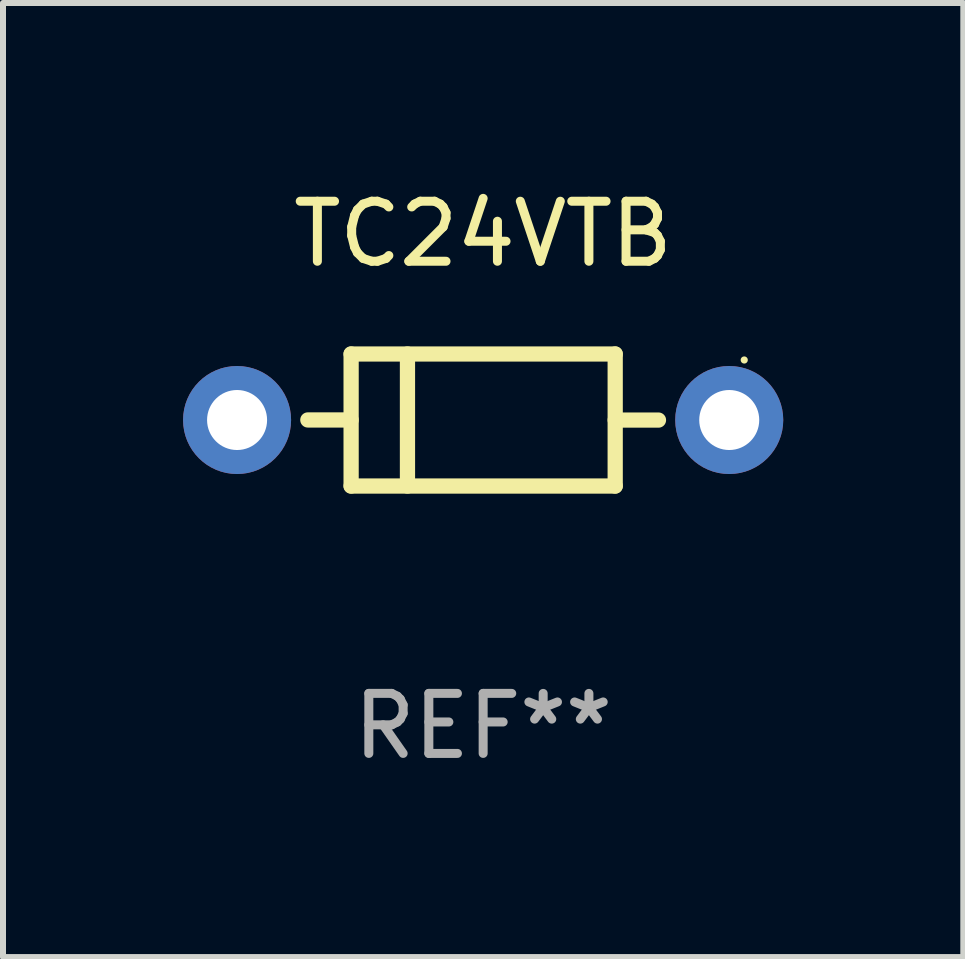
<source format=kicad_pcb>
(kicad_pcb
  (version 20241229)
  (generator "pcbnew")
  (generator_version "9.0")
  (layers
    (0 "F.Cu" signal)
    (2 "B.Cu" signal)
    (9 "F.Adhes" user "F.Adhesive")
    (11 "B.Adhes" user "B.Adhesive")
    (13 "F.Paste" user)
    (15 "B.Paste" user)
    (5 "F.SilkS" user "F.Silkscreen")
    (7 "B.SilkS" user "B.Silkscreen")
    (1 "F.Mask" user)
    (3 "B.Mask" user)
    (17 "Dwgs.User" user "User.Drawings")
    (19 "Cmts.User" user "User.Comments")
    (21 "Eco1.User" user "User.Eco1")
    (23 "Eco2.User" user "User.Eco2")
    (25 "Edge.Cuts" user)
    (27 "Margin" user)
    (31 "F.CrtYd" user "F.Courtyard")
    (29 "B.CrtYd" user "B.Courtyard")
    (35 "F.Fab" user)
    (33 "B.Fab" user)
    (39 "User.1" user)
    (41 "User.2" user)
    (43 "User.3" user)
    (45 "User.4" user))
  (footprint "TC24VTB"
    (layer "F.Cu")
    (at 5 3.948)
    (property "Reference" "TC24VTB" (at 0 -3.1 0) (layer "F.SilkS") (effects (font (size 1 1) (thickness 0.15))))
    (attr through_hole)
    (fp_line (start -2.2 -1.1) (end -2.2 1.1) (stroke (width 0.254) (type solid)) (layer "F.SilkS"))
    (fp_line (start -2.2 -1.1) (end 2.2 -1.1) (stroke (width 0.254) (type solid)) (layer "F.SilkS"))
    (fp_line (start -2.2 -0.001) (end -2.921 -0.001) (stroke (width 0.254) (type solid)) (layer "F.SilkS"))
    (fp_line (start -2.2 1.1) (end 2.2 1.1) (stroke (width 0.254) (type solid)) (layer "F.SilkS"))
    (fp_line (start -1.261 -1.1) (end -1.261 1.1) (stroke (width 0.254) (type solid)) (layer "F.SilkS"))
    (fp_line (start 2.2 -1.1) (end 2.2 1.1) (stroke (width 0.254) (type solid)) (layer "F.SilkS"))
    (fp_line (start 2.2 0.001) (end 2.921 0.001) (stroke (width 0.254) (type solid)) (layer "F.SilkS"))
    (fp_circle (center 4.35 -1) (end 4.38 -1) (stroke (width 0.06) (type solid)) (fill no) (layer "F.SilkS"))
    (fp_text user "REF**" (at 0 5.1 0) (layer "F.Fab") (effects (font (size 1 1) (thickness 0.15))))
    (pad "1" thru_hole circle (at 4.1 0) (size 1.8 1.8) (drill 1) (layers "*.Cu" "*.Mask"))
    (pad "2" thru_hole circle (at -4.1 0) (size 1.8 1.8) (drill 1) (layers "*.Cu" "*.Mask")))
  (gr_rect
    (start -3 -3)
    (end 13 12.896)
    (stroke (width 0.1) (type default))
    (fill no)
    (layer "Edge.Cuts")))
</source>
